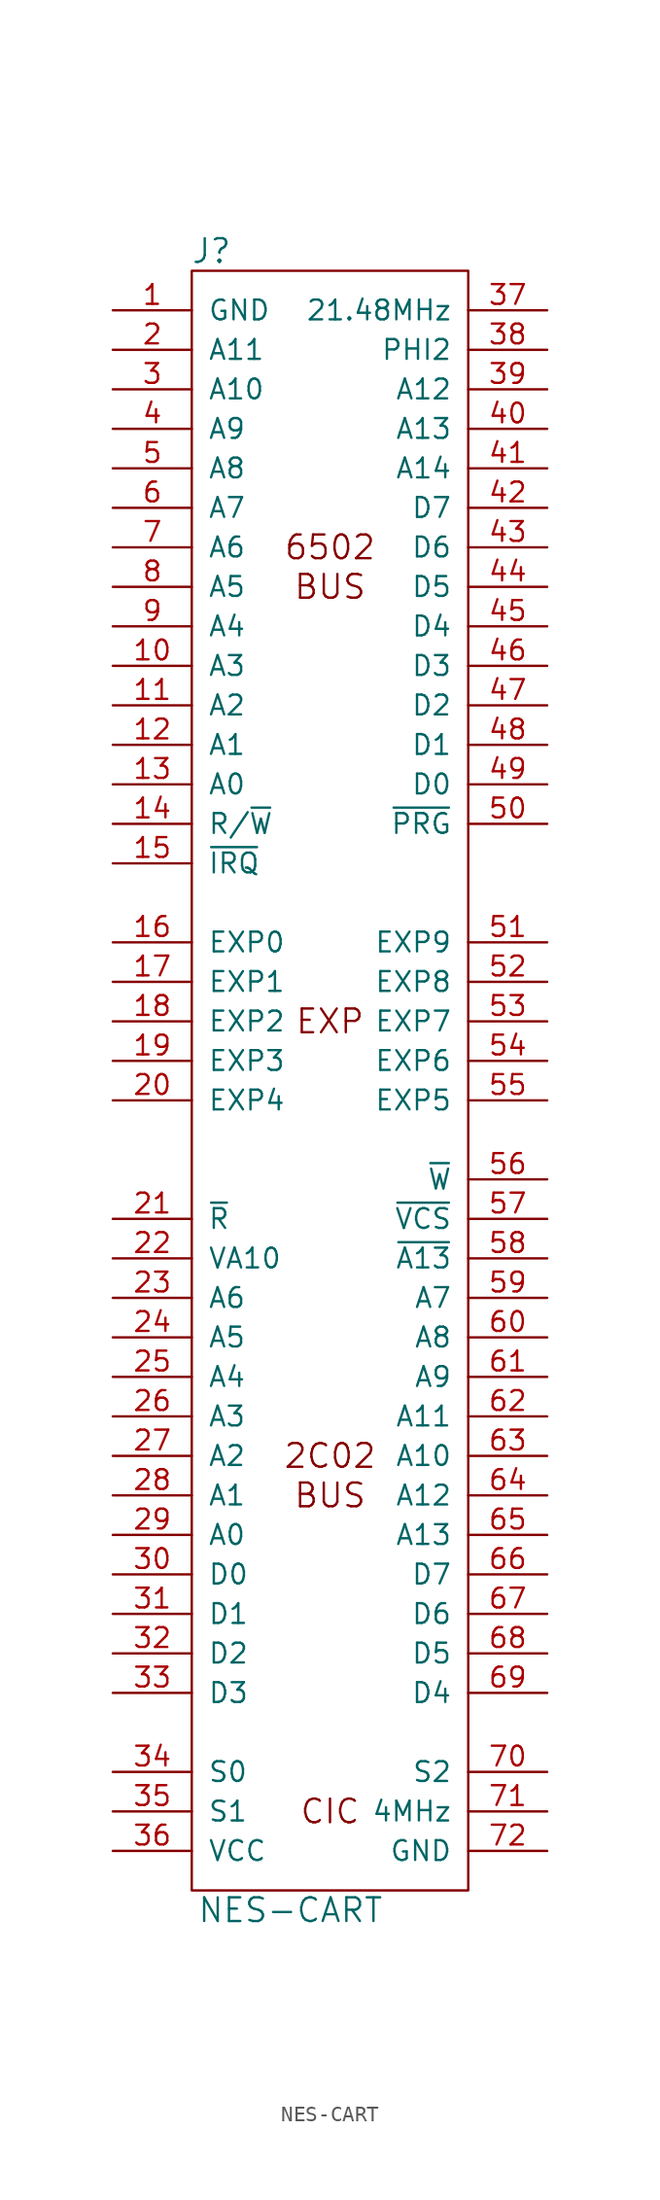
<source format=kicad_sym>
(kicad_symbol_lib
  (version 20241209)
  (generator "kicad_symbol_editor")
  (generator_version "9.0")
  (symbol "NES-CART"
    (pin_names
      (offset 1.016))
    (property "Reference" "J"
      (at -7.62 52.07 0)
      (effects (font (size 1.524 1.524))))
    (property "Value" "NES-CART"
      (at -2.54 -54.61 0)
      (effects (font (size 1.524 1.524))))
    (property "Footprint" ""
      (at 0 5.08 0)
      (effects (font (size 1.524 1.524))))
    (property "Datasheet" ""
      (at 0 5.08 0)
      (effects (font (size 1.524 1.524))))
    (symbol "NES-CART_0_0"
      (text "6502" (at 0 33.02 0) (effects (font (size 1.524 1.524))))
      (text "BUS" (at 0 30.48 0) (effects (font (size 1.524 1.524))))
      (text "EXP" (at 0 2.54 0) (effects (font (size 1.524 1.524))))
      (text "2C02" (at 0 -25.4 0) (effects (font (size 1.524 1.524))))
      (text "BUS" (at 0 -27.94 0) (effects (font (size 1.524 1.524))))
      (text "CIC" (at 0 -48.26 0) (effects (font (size 1.524 1.524)))))
    (symbol "NES-CART_0_1"
      (rectangle (start -8.89 50.8) (end 8.89 -53.34) (stroke (width 0) (type default)) (fill (type none))))
    (symbol "NES-CART_1_1"
      (pin power_in line (at -13.97 48.26 0) (length 5.08) (name "GND" (effects (font (size 1.27 1.27)))) (number "1" (effects (font (size 1.27 1.27)))))
      (pin output line (at -13.97 45.72 0) (length 5.08) (name "A11" (effects (font (size 1.27 1.27)))) (number "2" (effects (font (size 1.27 1.27)))))
      (pin output line (at -13.97 43.18 0) (length 5.08) (name "A10" (effects (font (size 1.27 1.27)))) (number "3" (effects (font (size 1.27 1.27)))))
      (pin output line (at -13.97 40.64 0) (length 5.08) (name "A9" (effects (font (size 1.27 1.27)))) (number "4" (effects (font (size 1.27 1.27)))))
      (pin output line (at -13.97 38.1 0) (length 5.08) (name "A8" (effects (font (size 1.27 1.27)))) (number "5" (effects (font (size 1.27 1.27)))))
      (pin output line (at -13.97 35.56 0) (length 5.08) (name "A7" (effects (font (size 1.27 1.27)))) (number "6" (effects (font (size 1.27 1.27)))))
      (pin output line (at -13.97 33.02 0) (length 5.08) (name "A6" (effects (font (size 1.27 1.27)))) (number "7" (effects (font (size 1.27 1.27)))))
      (pin output line (at -13.97 30.48 0) (length 5.08) (name "A5" (effects (font (size 1.27 1.27)))) (number "8" (effects (font (size 1.27 1.27)))))
      (pin output line (at -13.97 27.94 0) (length 5.08) (name "A4" (effects (font (size 1.27 1.27)))) (number "9" (effects (font (size 1.27 1.27)))))
      (pin output line (at -13.97 25.4 0) (length 5.08) (name "A3" (effects (font (size 1.27 1.27)))) (number "10" (effects (font (size 1.27 1.27)))))
      (pin output line (at -13.97 22.86 0) (length 5.08) (name "A2" (effects (font (size 1.27 1.27)))) (number "11" (effects (font (size 1.27 1.27)))))
      (pin output line (at -13.97 20.32 0) (length 5.08) (name "A1" (effects (font (size 1.27 1.27)))) (number "12" (effects (font (size 1.27 1.27)))))
      (pin output line (at -13.97 17.78 0) (length 5.08) (name "A0" (effects (font (size 1.27 1.27)))) (number "13" (effects (font (size 1.27 1.27)))))
      (pin output line (at -13.97 15.24 0) (length 5.08) (name "R/~{W}" (effects (font (size 1.27 1.27)))) (number "14" (effects (font (size 1.27 1.27)))))
      (pin input line (at -13.97 12.7 0) (length 5.08) (name "~{IRQ}" (effects (font (size 1.27 1.27)))) (number "15" (effects (font (size 1.27 1.27)))))
      (pin unspecified line (at -13.97 7.62 0) (length 5.08) (name "EXP0" (effects (font (size 1.27 1.27)))) (number "16" (effects (font (size 1.27 1.27)))))
      (pin unspecified line (at -13.97 5.08 0) (length 5.08) (name "EXP1" (effects (font (size 1.27 1.27)))) (number "17" (effects (font (size 1.27 1.27)))))
      (pin unspecified line (at -13.97 2.54 0) (length 5.08) (name "EXP2" (effects (font (size 1.27 1.27)))) (number "18" (effects (font (size 1.27 1.27)))))
      (pin unspecified line (at -13.97 0 0) (length 5.08) (name "EXP3" (effects (font (size 1.27 1.27)))) (number "19" (effects (font (size 1.27 1.27)))))
      (pin unspecified line (at -13.97 -2.54 0) (length 5.08) (name "EXP4" (effects (font (size 1.27 1.27)))) (number "20" (effects (font (size 1.27 1.27)))))
      (pin output line (at -13.97 -10.16 0) (length 5.08) (name "~{R}" (effects (font (size 1.27 1.27)))) (number "21" (effects (font (size 1.27 1.27)))))
      (pin input line (at -13.97 -12.7 0) (length 5.08) (name "VA10" (effects (font (size 1.27 1.27)))) (number "22" (effects (font (size 1.27 1.27)))))
      (pin output line (at -13.97 -15.24 0) (length 5.08) (name "A6" (effects (font (size 1.27 1.27)))) (number "23" (effects (font (size 1.27 1.27)))))
      (pin output line (at -13.97 -17.78 0) (length 5.08) (name "A5" (effects (font (size 1.27 1.27)))) (number "24" (effects (font (size 1.27 1.27)))))
      (pin output line (at -13.97 -20.32 0) (length 5.08) (name "A4" (effects (font (size 1.27 1.27)))) (number "25" (effects (font (size 1.27 1.27)))))
      (pin output line (at -13.97 -22.86 0) (length 5.08) (name "A3" (effects (font (size 1.27 1.27)))) (number "26" (effects (font (size 1.27 1.27)))))
      (pin output line (at -13.97 -25.4 0) (length 5.08) (name "A2" (effects (font (size 1.27 1.27)))) (number "27" (effects (font (size 1.27 1.27)))))
      (pin output line (at -13.97 -27.94 0) (length 5.08) (name "A1" (effects (font (size 1.27 1.27)))) (number "28" (effects (font (size 1.27 1.27)))))
      (pin output line (at -13.97 -30.48 0) (length 5.08) (name "A0" (effects (font (size 1.27 1.27)))) (number "29" (effects (font (size 1.27 1.27)))))
      (pin tri_state line (at -13.97 -33.02 0) (length 5.08) (name "D0" (effects (font (size 1.27 1.27)))) (number "30" (effects (font (size 1.27 1.27)))))
      (pin tri_state line (at -13.97 -35.56 0) (length 5.08) (name "D1" (effects (font (size 1.27 1.27)))) (number "31" (effects (font (size 1.27 1.27)))))
      (pin tri_state line (at -13.97 -38.1 0) (length 5.08) (name "D2" (effects (font (size 1.27 1.27)))) (number "32" (effects (font (size 1.27 1.27)))))
      (pin tri_state line (at -13.97 -40.64 0) (length 5.08) (name "D3" (effects (font (size 1.27 1.27)))) (number "33" (effects (font (size 1.27 1.27)))))
      (pin tri_state line (at -13.97 -45.72 0) (length 5.08) (name "S0" (effects (font (size 1.27 1.27)))) (number "34" (effects (font (size 1.27 1.27)))))
      (pin tri_state line (at -13.97 -48.26 0) (length 5.08) (name "S1" (effects (font (size 1.27 1.27)))) (number "35" (effects (font (size 1.27 1.27)))))
      (pin power_out line (at -13.97 -50.8 0) (length 5.08) (name "VCC" (effects (font (size 1.27 1.27)))) (number "36" (effects (font (size 1.27 1.27)))))
      (pin output line (at 13.97 48.26 180) (length 5.08) (name "21.48MHz" (effects (font (size 1.27 1.27)))) (number "37" (effects (font (size 1.27 1.27)))))
      (pin output line (at 13.97 45.72 180) (length 5.08) (name "PHI2" (effects (font (size 1.27 1.27)))) (number "38" (effects (font (size 1.27 1.27)))))
      (pin output line (at 13.97 43.18 180) (length 5.08) (name "A12" (effects (font (size 1.27 1.27)))) (number "39" (effects (font (size 1.27 1.27)))))
      (pin output line (at 13.97 40.64 180) (length 5.08) (name "A13" (effects (font (size 1.27 1.27)))) (number "40" (effects (font (size 1.27 1.27)))))
      (pin output line (at 13.97 38.1 180) (length 5.08) (name "A14" (effects (font (size 1.27 1.27)))) (number "41" (effects (font (size 1.27 1.27)))))
      (pin tri_state line (at 13.97 35.56 180) (length 5.08) (name "D7" (effects (font (size 1.27 1.27)))) (number "42" (effects (font (size 1.27 1.27)))))
      (pin tri_state line (at 13.97 33.02 180) (length 5.08) (name "D6" (effects (font (size 1.27 1.27)))) (number "43" (effects (font (size 1.27 1.27)))))
      (pin tri_state line (at 13.97 30.48 180) (length 5.08) (name "D5" (effects (font (size 1.27 1.27)))) (number "44" (effects (font (size 1.27 1.27)))))
      (pin tri_state line (at 13.97 27.94 180) (length 5.08) (name "D4" (effects (font (size 1.27 1.27)))) (number "45" (effects (font (size 1.27 1.27)))))
      (pin tri_state line (at 13.97 25.4 180) (length 5.08) (name "D3" (effects (font (size 1.27 1.27)))) (number "46" (effects (font (size 1.27 1.27)))))
      (pin tri_state line (at 13.97 22.86 180) (length 5.08) (name "D2" (effects (font (size 1.27 1.27)))) (number "47" (effects (font (size 1.27 1.27)))))
      (pin tri_state line (at 13.97 20.32 180) (length 5.08) (name "D1" (effects (font (size 1.27 1.27)))) (number "48" (effects (font (size 1.27 1.27)))))
      (pin tri_state line (at 13.97 17.78 180) (length 5.08) (name "D0" (effects (font (size 1.27 1.27)))) (number "49" (effects (font (size 1.27 1.27)))))
      (pin output line (at 13.97 15.24 180) (length 5.08) (name "~{PRG}" (effects (font (size 1.27 1.27)))) (number "50" (effects (font (size 1.27 1.27)))))
      (pin unspecified line (at 13.97 7.62 180) (length 5.08) (name "EXP9" (effects (font (size 1.27 1.27)))) (number "51" (effects (font (size 1.27 1.27)))))
      (pin unspecified line (at 13.97 5.08 180) (length 5.08) (name "EXP8" (effects (font (size 1.27 1.27)))) (number "52" (effects (font (size 1.27 1.27)))))
      (pin unspecified line (at 13.97 2.54 180) (length 5.08) (name "EXP7" (effects (font (size 1.27 1.27)))) (number "53" (effects (font (size 1.27 1.27)))))
      (pin unspecified line (at 13.97 0 180) (length 5.08) (name "EXP6" (effects (font (size 1.27 1.27)))) (number "54" (effects (font (size 1.27 1.27)))))
      (pin unspecified line (at 13.97 -2.54 180) (length 5.08) (name "EXP5" (effects (font (size 1.27 1.27)))) (number "55" (effects (font (size 1.27 1.27)))))
      (pin output line (at 13.97 -7.62 180) (length 5.08) (name "~{W}" (effects (font (size 1.27 1.27)))) (number "56" (effects (font (size 1.27 1.27)))))
      (pin input line (at 13.97 -10.16 180) (length 5.08) (name "~{VCS}" (effects (font (size 1.27 1.27)))) (number "57" (effects (font (size 1.27 1.27)))))
      (pin output line (at 13.97 -12.7 180) (length 5.08) (name "~{A13}" (effects (font (size 1.27 1.27)))) (number "58" (effects (font (size 1.27 1.27)))))
      (pin output line (at 13.97 -15.24 180) (length 5.08) (name "A7" (effects (font (size 1.27 1.27)))) (number "59" (effects (font (size 1.27 1.27)))))
      (pin output line (at 13.97 -17.78 180) (length 5.08) (name "A8" (effects (font (size 1.27 1.27)))) (number "60" (effects (font (size 1.27 1.27)))))
      (pin output line (at 13.97 -20.32 180) (length 5.08) (name "A9" (effects (font (size 1.27 1.27)))) (number "61" (effects (font (size 1.27 1.27)))))
      (pin output line (at 13.97 -22.86 180) (length 5.08) (name "A11" (effects (font (size 1.27 1.27)))) (number "62" (effects (font (size 1.27 1.27)))))
      (pin output line (at 13.97 -25.4 180) (length 5.08) (name "A10" (effects (font (size 1.27 1.27)))) (number "63" (effects (font (size 1.27 1.27)))))
      (pin output line (at 13.97 -27.94 180) (length 5.08) (name "A12" (effects (font (size 1.27 1.27)))) (number "64" (effects (font (size 1.27 1.27)))))
      (pin output line (at 13.97 -30.48 180) (length 5.08) (name "A13" (effects (font (size 1.27 1.27)))) (number "65" (effects (font (size 1.27 1.27)))))
      (pin tri_state line (at 13.97 -33.02 180) (length 5.08) (name "D7" (effects (font (size 1.27 1.27)))) (number "66" (effects (font (size 1.27 1.27)))))
      (pin tri_state line (at 13.97 -35.56 180) (length 5.08) (name "D6" (effects (font (size 1.27 1.27)))) (number "67" (effects (font (size 1.27 1.27)))))
      (pin tri_state line (at 13.97 -38.1 180) (length 5.08) (name "D5" (effects (font (size 1.27 1.27)))) (number "68" (effects (font (size 1.27 1.27)))))
      (pin tri_state line (at 13.97 -40.64 180) (length 5.08) (name "D4" (effects (font (size 1.27 1.27)))) (number "69" (effects (font (size 1.27 1.27)))))
      (pin tri_state line (at 13.97 -45.72 180) (length 5.08) (name "S2" (effects (font (size 1.27 1.27)))) (number "70" (effects (font (size 1.27 1.27)))))
      (pin output line (at 13.97 -48.26 180) (length 5.08) (name "4MHz" (effects (font (size 1.27 1.27)))) (number "71" (effects (font (size 1.27 1.27)))))
      (pin power_out line (at 13.97 -50.8 180) (length 5.08) (name "GND" (effects (font (size 1.27 1.27)))) (number "72" (effects (font (size 1.27 1.27))))))))
</source>
